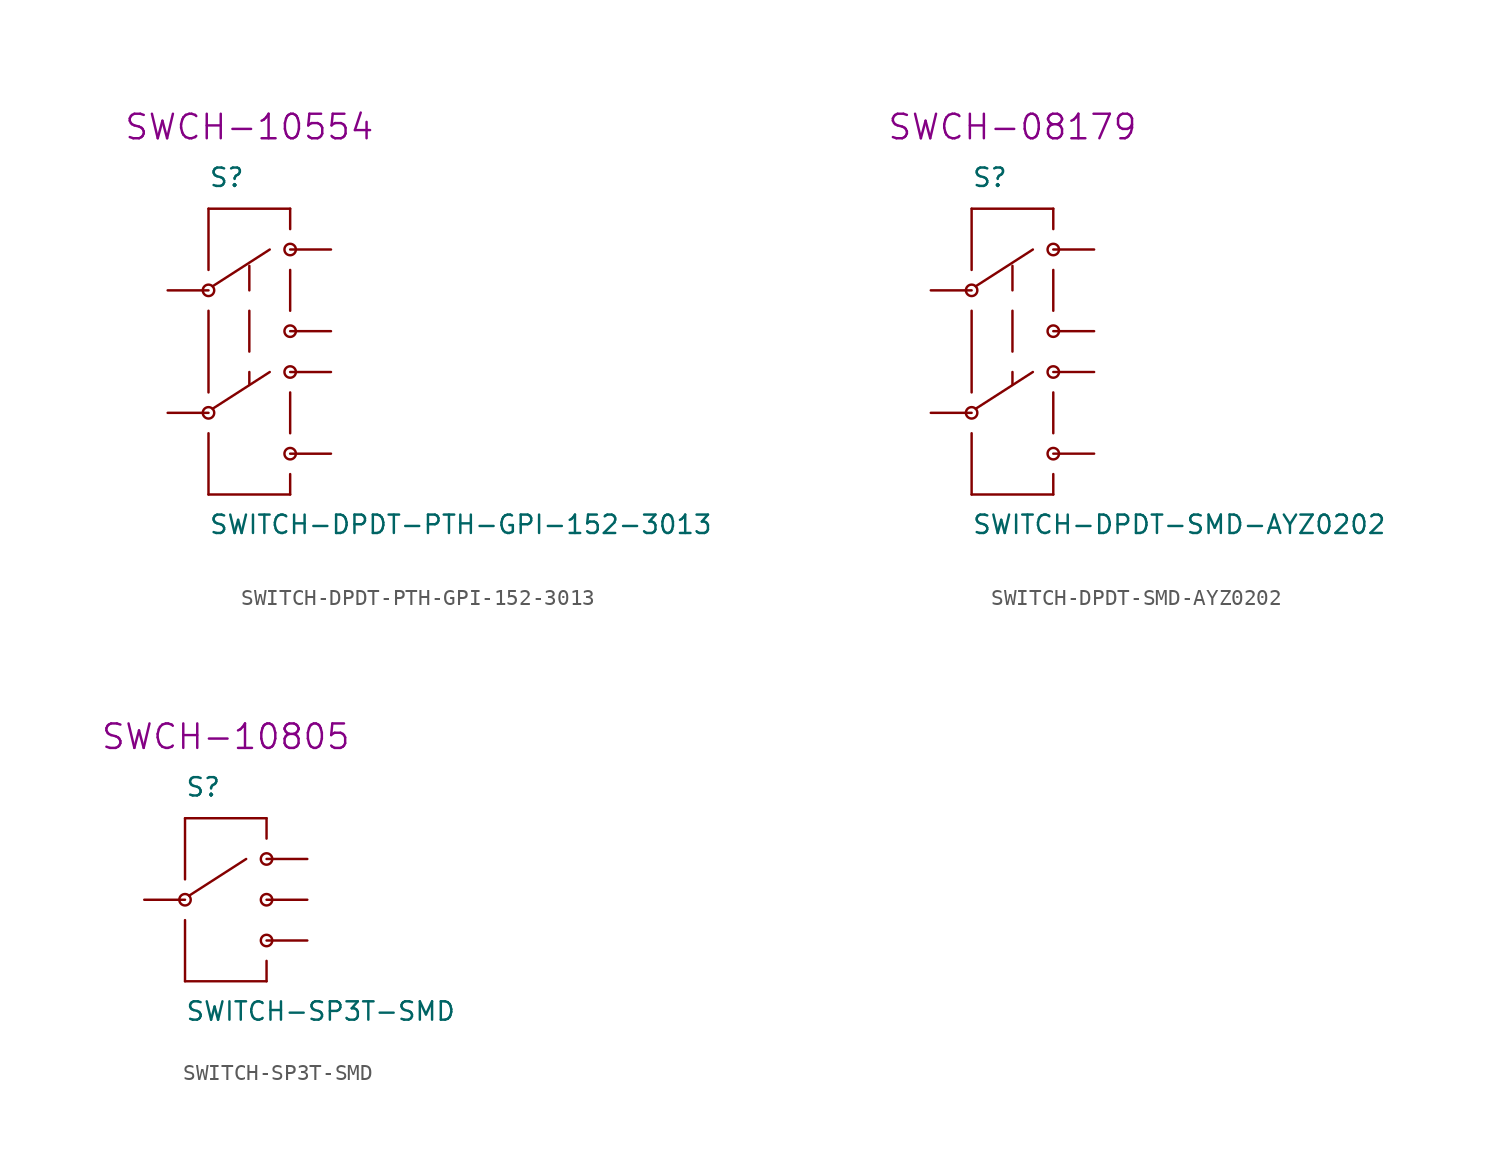
<source format=kicad_sym>
(kicad_symbol_lib
  (version 20211014)
  (generator kicad_symbol_editor)
  (symbol "SWITCH-DPDT-PTH-GPI-152-3013"
    (pin_numbers hide)
    (pin_names
      (offset 1.016) hide)
    (property "Reference" "S"
      (at -2.54 8.89 0)
      (effects (font (size 1.143 1.143)) (justify left bottom)))
    (property "Value" "SWITCH-DPDT-PTH-GPI-152-3013"
      (at -2.54 -12.7 0)
      (effects (font (size 1.143 1.143)) (justify left bottom)))
    (property "Field4" "SWCH-10554"
      (at 0 12.7 0)
      (effects (font (size 1.524 1.524))))
    (property "ki_locked" ""
      (at 0 0 0)
      (effects (font (size 1.27 1.27))))
    (symbol "SWITCH-DPDT-PTH-GPI-152-3013_1_0"
      (polyline (pts (xy -2.54 -10.16) (xy 2.54 -10.16)) (stroke (width 0) (type default) (color 0 0 0 0)) (fill (type none)))
      (polyline (pts (xy -2.54 -6.35) (xy -2.54 -10.16)) (stroke (width 0) (type default) (color 0 0 0 0)) (fill (type none)))
      (polyline (pts (xy -2.54 1.27) (xy -2.54 -3.81)) (stroke (width 0) (type default) (color 0 0 0 0)) (fill (type none)))
      (polyline (pts (xy -2.54 7.62) (xy -2.54 3.81)) (stroke (width 0) (type default) (color 0 0 0 0)) (fill (type none)))
      (polyline (pts (xy -2.286 -4.826) (xy 1.27 -2.54)) (stroke (width 0) (type default) (color 0 0 0 0)) (fill (type none)))
      (polyline (pts (xy 0 -2.54) (xy 0 -3.302)) (stroke (width 0) (type default) (color 0 0 0 0)) (fill (type none)))
      (polyline (pts (xy 0 1.27) (xy 0 -1.27)) (stroke (width 0) (type default) (color 0 0 0 0)) (fill (type none)))
      (polyline (pts (xy 0 4.064) (xy 0 2.54)) (stroke (width 0) (type default) (color 0 0 0 0)) (fill (type none)))
      (polyline (pts (xy 1.27 5.08) (xy -2.286 2.794)) (stroke (width 0) (type default) (color 0 0 0 0)) (fill (type none)))
      (polyline (pts (xy 2.54 -10.16) (xy 2.54 -8.89)) (stroke (width 0) (type default) (color 0 0 0 0)) (fill (type none)))
      (polyline (pts (xy 2.54 -6.35) (xy 2.54 -3.81)) (stroke (width 0) (type default) (color 0 0 0 0)) (fill (type none)))
      (polyline (pts (xy 2.54 3.81) (xy 2.54 1.27)) (stroke (width 0) (type default) (color 0 0 0 0)) (fill (type none)))
      (polyline (pts (xy 2.54 6.35) (xy 2.54 7.62)) (stroke (width 0) (type default) (color 0 0 0 0)) (fill (type none)))
      (polyline (pts (xy 2.54 7.62) (xy -2.54 7.62)) (stroke (width 0) (type default) (color 0 0 0 0)) (fill (type none))))
    (symbol "SWITCH-DPDT-PTH-GPI-152-3013_1_1"
      (circle (center -2.54 -5.08) (radius 0.356) (stroke (width 0) (type default) (color 0 0 0 0)) (fill (type none)))
      (circle (center -2.54 2.54) (radius 0.356) (stroke (width 0) (type default) (color 0 0 0 0)) (fill (type none)))
      (circle (center 2.54 -7.62) (radius 0.356) (stroke (width 0) (type default) (color 0 0 0 0)) (fill (type none)))
      (circle (center 2.54 -2.54) (radius 0.356) (stroke (width 0) (type default) (color 0 0 0 0)) (fill (type none)))
      (circle (center 2.54 0) (radius 0.356) (stroke (width 0) (type default) (color 0 0 0 0)) (fill (type none)))
      (circle (center 2.54 5.08) (radius 0.356) (stroke (width 0) (type default) (color 0 0 0 0)) (fill (type none)))
      (pin bidirectional line (at 5.08 5.08 180) (length 2.54) (name "1" (effects (font (size 1.016 1.016)))) (number "10" (effects (font (size 1.016 1.016)))))
      (pin bidirectional line (at 5.08 -2.54 180) (length 2.54) (name "4" (effects (font (size 1.016 1.016)))) (number "11" (effects (font (size 1.016 1.016)))))
      (pin bidirectional line (at 5.08 0 180) (length 2.54) (name "3" (effects (font (size 1.016 1.016)))) (number "20" (effects (font (size 1.016 1.016)))))
      (pin bidirectional line (at 5.08 -7.62 180) (length 2.54) (name "6" (effects (font (size 1.016 1.016)))) (number "21" (effects (font (size 1.016 1.016)))))
      (pin bidirectional line (at -5.08 2.54 0) (length 2.54) (name "2" (effects (font (size 1.016 1.016)))) (number "C@1" (effects (font (size 1.016 1.016)))))
      (pin bidirectional line (at -5.08 -5.08 0) (length 2.54) (name "5" (effects (font (size 1.016 1.016)))) (number "C@2" (effects (font (size 1.016 1.016)))))))
  (symbol "SWITCH-DPDT-SMD-AYZ0202"
    (pin_numbers hide)
    (pin_names
      (offset 1.016) hide)
    (property "Reference" "S"
      (at -2.54 8.89 0)
      (effects (font (size 1.143 1.143)) (justify left bottom)))
    (property "Value" "SWITCH-DPDT-SMD-AYZ0202"
      (at -2.54 -12.7 0)
      (effects (font (size 1.143 1.143)) (justify left bottom)))
    (property "Field4" "SWCH-08179"
      (at 0 12.7 0)
      (effects (font (size 1.524 1.524))))
    (property "ki_locked" ""
      (at 0 0 0)
      (effects (font (size 1.27 1.27))))
    (symbol "SWITCH-DPDT-SMD-AYZ0202_1_0"
      (polyline (pts (xy -2.54 -10.16) (xy 2.54 -10.16)) (stroke (width 0) (type default) (color 0 0 0 0)) (fill (type none)))
      (polyline (pts (xy -2.54 -6.35) (xy -2.54 -10.16)) (stroke (width 0) (type default) (color 0 0 0 0)) (fill (type none)))
      (polyline (pts (xy -2.54 1.27) (xy -2.54 -3.81)) (stroke (width 0) (type default) (color 0 0 0 0)) (fill (type none)))
      (polyline (pts (xy -2.54 7.62) (xy -2.54 3.81)) (stroke (width 0) (type default) (color 0 0 0 0)) (fill (type none)))
      (polyline (pts (xy -2.286 -4.826) (xy 1.27 -2.54)) (stroke (width 0) (type default) (color 0 0 0 0)) (fill (type none)))
      (polyline (pts (xy 0 -2.54) (xy 0 -3.302)) (stroke (width 0) (type default) (color 0 0 0 0)) (fill (type none)))
      (polyline (pts (xy 0 1.27) (xy 0 -1.27)) (stroke (width 0) (type default) (color 0 0 0 0)) (fill (type none)))
      (polyline (pts (xy 0 4.064) (xy 0 2.54)) (stroke (width 0) (type default) (color 0 0 0 0)) (fill (type none)))
      (polyline (pts (xy 1.27 5.08) (xy -2.286 2.794)) (stroke (width 0) (type default) (color 0 0 0 0)) (fill (type none)))
      (polyline (pts (xy 2.54 -10.16) (xy 2.54 -8.89)) (stroke (width 0) (type default) (color 0 0 0 0)) (fill (type none)))
      (polyline (pts (xy 2.54 -6.35) (xy 2.54 -3.81)) (stroke (width 0) (type default) (color 0 0 0 0)) (fill (type none)))
      (polyline (pts (xy 2.54 3.81) (xy 2.54 1.27)) (stroke (width 0) (type default) (color 0 0 0 0)) (fill (type none)))
      (polyline (pts (xy 2.54 6.35) (xy 2.54 7.62)) (stroke (width 0) (type default) (color 0 0 0 0)) (fill (type none)))
      (polyline (pts (xy 2.54 7.62) (xy -2.54 7.62)) (stroke (width 0) (type default) (color 0 0 0 0)) (fill (type none))))
    (symbol "SWITCH-DPDT-SMD-AYZ0202_1_1"
      (circle (center -2.54 -5.08) (radius 0.356) (stroke (width 0) (type default) (color 0 0 0 0)) (fill (type none)))
      (circle (center -2.54 2.54) (radius 0.356) (stroke (width 0) (type default) (color 0 0 0 0)) (fill (type none)))
      (circle (center 2.54 -7.62) (radius 0.356) (stroke (width 0) (type default) (color 0 0 0 0)) (fill (type none)))
      (circle (center 2.54 -2.54) (radius 0.356) (stroke (width 0) (type default) (color 0 0 0 0)) (fill (type none)))
      (circle (center 2.54 0) (radius 0.356) (stroke (width 0) (type default) (color 0 0 0 0)) (fill (type none)))
      (circle (center 2.54 5.08) (radius 0.356) (stroke (width 0) (type default) (color 0 0 0 0)) (fill (type none)))
      (pin bidirectional line (at 5.08 5.08 180) (length 2.54) (name "1" (effects (font (size 1.016 1.016)))) (number "1" (effects (font (size 1.016 1.016)))))
      (pin bidirectional line (at -5.08 2.54 0) (length 2.54) (name "2" (effects (font (size 1.016 1.016)))) (number "2" (effects (font (size 1.016 1.016)))))
      (pin bidirectional line (at 5.08 0 180) (length 2.54) (name "3" (effects (font (size 1.016 1.016)))) (number "3" (effects (font (size 1.016 1.016)))))
      (pin bidirectional line (at 5.08 -2.54 180) (length 2.54) (name "4" (effects (font (size 1.016 1.016)))) (number "4" (effects (font (size 1.016 1.016)))))
      (pin bidirectional line (at -5.08 -5.08 0) (length 2.54) (name "5" (effects (font (size 1.016 1.016)))) (number "5" (effects (font (size 1.016 1.016)))))
      (pin bidirectional line (at 5.08 -7.62 180) (length 2.54) (name "6" (effects (font (size 1.016 1.016)))) (number "6" (effects (font (size 1.016 1.016)))))))
  (symbol "SWITCH-SP3T-SMD"
    (pin_numbers hide)
    (pin_names
      (offset 1.016) hide)
    (property "Reference" "S"
      (at -2.54 6.35 0)
      (effects (font (size 1.143 1.143)) (justify left bottom)))
    (property "Value" "SWITCH-SP3T-SMD"
      (at -2.54 -7.62 0)
      (effects (font (size 1.143 1.143)) (justify left bottom)))
    (property "Field4" "SWCH-10805"
      (at 0 10.16 0)
      (effects (font (size 1.524 1.524))))
    (property "ki_locked" ""
      (at 0 0 0)
      (effects (font (size 1.27 1.27))))
    (symbol "SWITCH-SP3T-SMD_1_0"
      (polyline (pts (xy -2.54 -5.08) (xy 2.54 -5.08)) (stroke (width 0) (type default) (color 0 0 0 0)) (fill (type none)))
      (polyline (pts (xy -2.54 -1.27) (xy -2.54 -5.08)) (stroke (width 0) (type default) (color 0 0 0 0)) (fill (type none)))
      (polyline (pts (xy -2.54 1.27) (xy -2.54 5.08)) (stroke (width 0) (type default) (color 0 0 0 0)) (fill (type none)))
      (polyline (pts (xy 1.27 2.54) (xy -2.286 0.254)) (stroke (width 0) (type default) (color 0 0 0 0)) (fill (type none)))
      (polyline (pts (xy 2.54 -5.08) (xy 2.54 -3.81)) (stroke (width 0) (type default) (color 0 0 0 0)) (fill (type none)))
      (polyline (pts (xy 2.54 3.81) (xy 2.54 5.08)) (stroke (width 0) (type default) (color 0 0 0 0)) (fill (type none)))
      (polyline (pts (xy 2.54 5.08) (xy -2.54 5.08)) (stroke (width 0) (type default) (color 0 0 0 0)) (fill (type none))))
    (symbol "SWITCH-SP3T-SMD_1_1"
      (circle (center -2.54 0) (radius 0.356) (stroke (width 0) (type default) (color 0 0 0 0)) (fill (type none)))
      (circle (center 2.54 -2.54) (radius 0.356) (stroke (width 0) (type default) (color 0 0 0 0)) (fill (type none)))
      (circle (center 2.54 0) (radius 0.356) (stroke (width 0) (type default) (color 0 0 0 0)) (fill (type none)))
      (circle (center 2.54 2.54) (radius 0.356) (stroke (width 0) (type default) (color 0 0 0 0)) (fill (type none)))
      (pin bidirectional line (at 5.08 2.54 180) (length 2.54) (name "1" (effects (font (size 1.016 1.016)))) (number "1" (effects (font (size 1.016 1.016)))))
      (pin bidirectional line (at 5.08 0 180) (length 2.54) (name "2" (effects (font (size 1.016 1.016)))) (number "2" (effects (font (size 1.016 1.016)))))
      (pin bidirectional line (at -5.08 0 0) (length 2.54) (name "3" (effects (font (size 1.016 1.016)))) (number "3" (effects (font (size 1.016 1.016)))))
      (pin bidirectional line (at 5.08 -2.54 180) (length 2.54) (name "4" (effects (font (size 1.016 1.016)))) (number "4" (effects (font (size 1.016 1.016))))))))
</source>
